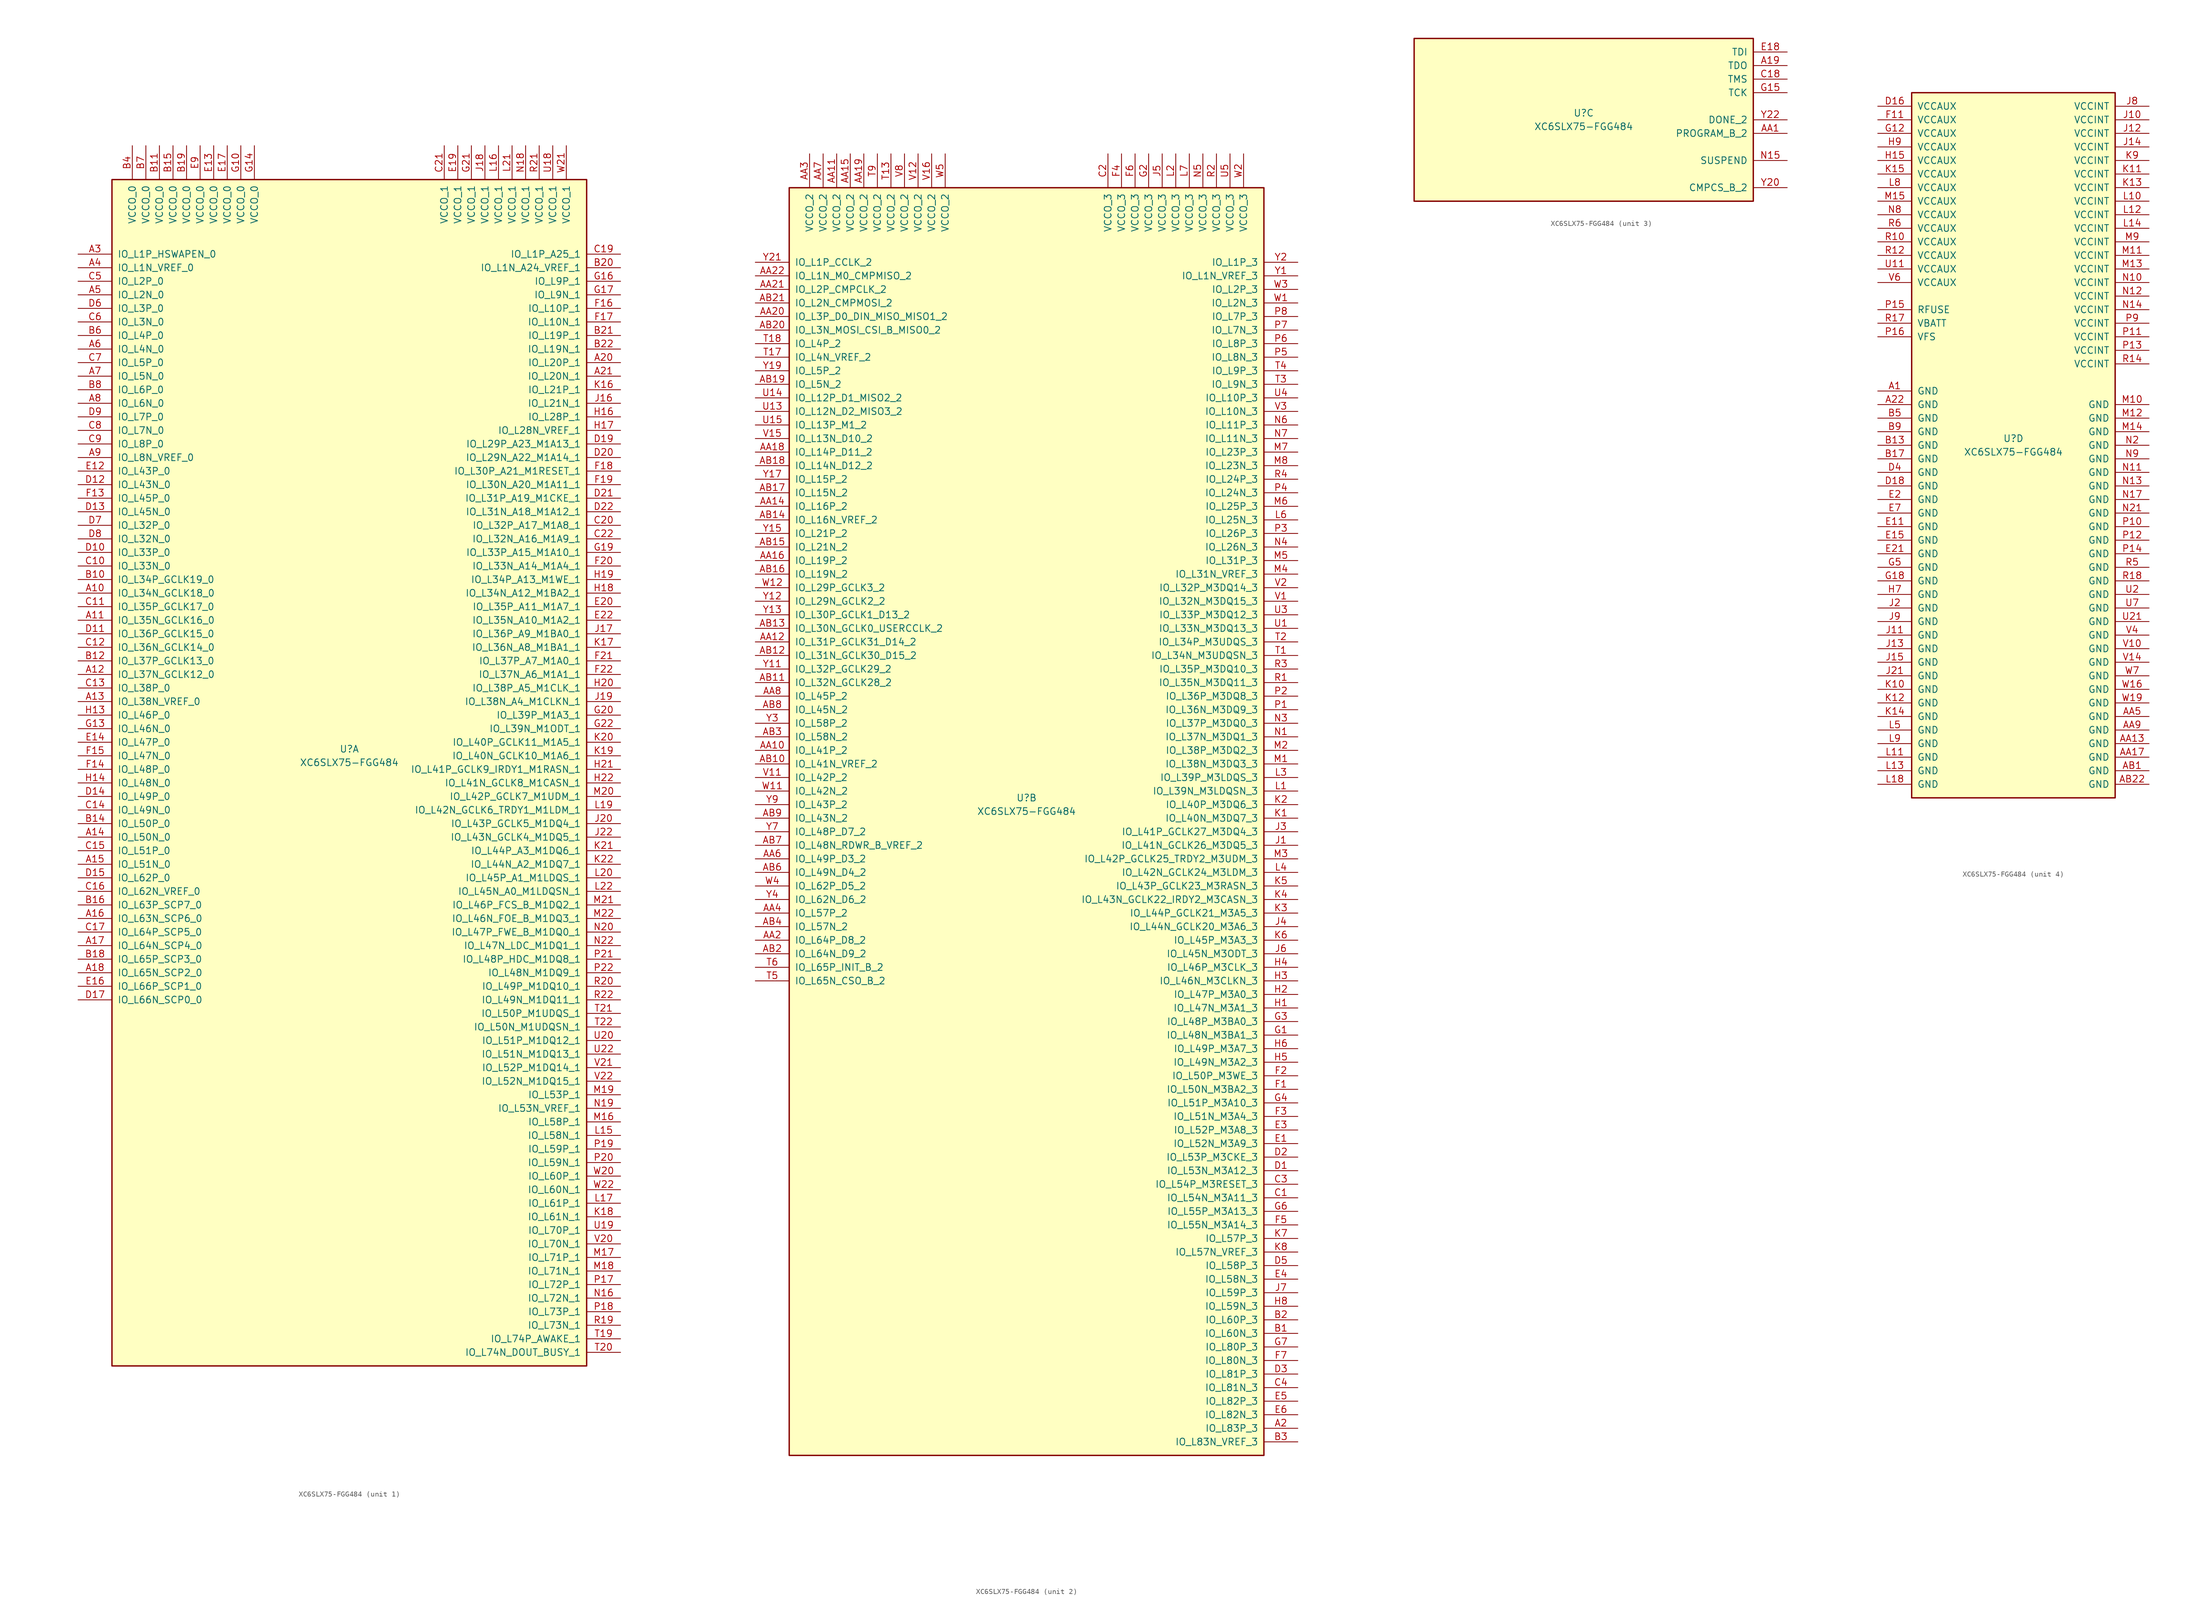
<source format=kicad_sym>
(kicad_symbol_lib
  (version 20220914)
  (generator kicad_symbol_editor)
  (symbol "XC6SLX75-FGG484"
    (pin_names
      (offset 1.016))
    (property "Reference" "U"
      (at 0 1.27 0)
      (effects (font (size 1.27 1.27))))
    (property "Value" "XC6SLX75-FGG484"
      (at 0 -1.27 0)
      (effects (font (size 1.27 1.27))))
    (property "Datasheet" ""
      (at 0 0 0)
      (effects (font (size 1.27 1.27))))
    (property "ki_locked" ""
      (at 0 0 0)
      (effects (font (size 1.27 1.27))))
    (symbol "XC6SLX75-FGG484_1_1"
      (rectangle (start -44.45 107.95) (end 44.45 -114.3) (stroke (width 0.254) (type default)) (fill (type background)))
      (pin bidirectional line (at -50.8 30.48 0) (length 6.35) (name "IO_L34N_GCLK18_0" (effects (font (size 1.27 1.27)))) (number "A10" (effects (font (size 1.27 1.27)))))
      (pin bidirectional line (at -50.8 25.4 0) (length 6.35) (name "IO_L35N_GCLK16_0" (effects (font (size 1.27 1.27)))) (number "A11" (effects (font (size 1.27 1.27)))))
      (pin bidirectional line (at -50.8 15.24 0) (length 6.35) (name "IO_L37N_GCLK12_0" (effects (font (size 1.27 1.27)))) (number "A12" (effects (font (size 1.27 1.27)))))
      (pin bidirectional line (at -50.8 10.16 0) (length 6.35) (name "IO_L38N_VREF_0" (effects (font (size 1.27 1.27)))) (number "A13" (effects (font (size 1.27 1.27)))))
      (pin bidirectional line (at -50.8 -15.24 0) (length 6.35) (name "IO_L50N_0" (effects (font (size 1.27 1.27)))) (number "A14" (effects (font (size 1.27 1.27)))))
      (pin bidirectional line (at -50.8 -20.32 0) (length 6.35) (name "IO_L51N_0" (effects (font (size 1.27 1.27)))) (number "A15" (effects (font (size 1.27 1.27)))))
      (pin bidirectional line (at -50.8 -30.48 0) (length 6.35) (name "IO_L63N_SCP6_0" (effects (font (size 1.27 1.27)))) (number "A16" (effects (font (size 1.27 1.27)))))
      (pin bidirectional line (at -50.8 -35.56 0) (length 6.35) (name "IO_L64N_SCP4_0" (effects (font (size 1.27 1.27)))) (number "A17" (effects (font (size 1.27 1.27)))))
      (pin bidirectional line (at -50.8 -40.64 0) (length 6.35) (name "IO_L65N_SCP2_0" (effects (font (size 1.27 1.27)))) (number "A18" (effects (font (size 1.27 1.27)))))
      (pin bidirectional line (at 50.8 73.66 180) (length 6.35) (name "IO_L20P_1" (effects (font (size 1.27 1.27)))) (number "A20" (effects (font (size 1.27 1.27)))))
      (pin bidirectional line (at 50.8 71.12 180) (length 6.35) (name "IO_L20N_1" (effects (font (size 1.27 1.27)))) (number "A21" (effects (font (size 1.27 1.27)))))
      (pin bidirectional line (at -50.8 93.98 0) (length 6.35) (name "IO_L1P_HSWAPEN_0" (effects (font (size 1.27 1.27)))) (number "A3" (effects (font (size 1.27 1.27)))))
      (pin bidirectional line (at -50.8 91.44 0) (length 6.35) (name "IO_L1N_VREF_0" (effects (font (size 1.27 1.27)))) (number "A4" (effects (font (size 1.27 1.27)))))
      (pin bidirectional line (at -50.8 86.36 0) (length 6.35) (name "IO_L2N_0" (effects (font (size 1.27 1.27)))) (number "A5" (effects (font (size 1.27 1.27)))))
      (pin bidirectional line (at -50.8 76.2 0) (length 6.35) (name "IO_L4N_0" (effects (font (size 1.27 1.27)))) (number "A6" (effects (font (size 1.27 1.27)))))
      (pin bidirectional line (at -50.8 71.12 0) (length 6.35) (name "IO_L5N_0" (effects (font (size 1.27 1.27)))) (number "A7" (effects (font (size 1.27 1.27)))))
      (pin bidirectional line (at -50.8 66.04 0) (length 6.35) (name "IO_L6N_0" (effects (font (size 1.27 1.27)))) (number "A8" (effects (font (size 1.27 1.27)))))
      (pin bidirectional line (at -50.8 55.88 0) (length 6.35) (name "IO_L8N_VREF_0" (effects (font (size 1.27 1.27)))) (number "A9" (effects (font (size 1.27 1.27)))))
      (pin bidirectional line (at -50.8 33.02 0) (length 6.35) (name "IO_L34P_GCLK19_0" (effects (font (size 1.27 1.27)))) (number "B10" (effects (font (size 1.27 1.27)))))
      (pin power_in line (at -35.56 114.3 270) (length 6.35) (name "VCCO_0" (effects (font (size 1.27 1.27)))) (number "B11" (effects (font (size 1.27 1.27)))))
      (pin bidirectional line (at -50.8 17.78 0) (length 6.35) (name "IO_L37P_GCLK13_0" (effects (font (size 1.27 1.27)))) (number "B12" (effects (font (size 1.27 1.27)))))
      (pin bidirectional line (at -50.8 -12.7 0) (length 6.35) (name "IO_L50P_0" (effects (font (size 1.27 1.27)))) (number "B14" (effects (font (size 1.27 1.27)))))
      (pin power_in line (at -33.02 114.3 270) (length 6.35) (name "VCCO_0" (effects (font (size 1.27 1.27)))) (number "B15" (effects (font (size 1.27 1.27)))))
      (pin bidirectional line (at -50.8 -27.94 0) (length 6.35) (name "IO_L63P_SCP7_0" (effects (font (size 1.27 1.27)))) (number "B16" (effects (font (size 1.27 1.27)))))
      (pin bidirectional line (at -50.8 -38.1 0) (length 6.35) (name "IO_L65P_SCP3_0" (effects (font (size 1.27 1.27)))) (number "B18" (effects (font (size 1.27 1.27)))))
      (pin power_in line (at -30.48 114.3 270) (length 6.35) (name "VCCO_0" (effects (font (size 1.27 1.27)))) (number "B19" (effects (font (size 1.27 1.27)))))
      (pin bidirectional line (at 50.8 91.44 180) (length 6.35) (name "IO_L1N_A24_VREF_1" (effects (font (size 1.27 1.27)))) (number "B20" (effects (font (size 1.27 1.27)))))
      (pin bidirectional line (at 50.8 78.74 180) (length 6.35) (name "IO_L19P_1" (effects (font (size 1.27 1.27)))) (number "B21" (effects (font (size 1.27 1.27)))))
      (pin bidirectional line (at 50.8 76.2 180) (length 6.35) (name "IO_L19N_1" (effects (font (size 1.27 1.27)))) (number "B22" (effects (font (size 1.27 1.27)))))
      (pin power_in line (at -40.64 114.3 270) (length 6.35) (name "VCCO_0" (effects (font (size 1.27 1.27)))) (number "B4" (effects (font (size 1.27 1.27)))))
      (pin bidirectional line (at -50.8 78.74 0) (length 6.35) (name "IO_L4P_0" (effects (font (size 1.27 1.27)))) (number "B6" (effects (font (size 1.27 1.27)))))
      (pin power_in line (at -38.1 114.3 270) (length 6.35) (name "VCCO_0" (effects (font (size 1.27 1.27)))) (number "B7" (effects (font (size 1.27 1.27)))))
      (pin bidirectional line (at -50.8 68.58 0) (length 6.35) (name "IO_L6P_0" (effects (font (size 1.27 1.27)))) (number "B8" (effects (font (size 1.27 1.27)))))
      (pin bidirectional line (at -50.8 35.56 0) (length 6.35) (name "IO_L33N_0" (effects (font (size 1.27 1.27)))) (number "C10" (effects (font (size 1.27 1.27)))))
      (pin bidirectional line (at -50.8 27.94 0) (length 6.35) (name "IO_L35P_GCLK17_0" (effects (font (size 1.27 1.27)))) (number "C11" (effects (font (size 1.27 1.27)))))
      (pin bidirectional line (at -50.8 20.32 0) (length 6.35) (name "IO_L36N_GCLK14_0" (effects (font (size 1.27 1.27)))) (number "C12" (effects (font (size 1.27 1.27)))))
      (pin bidirectional line (at -50.8 12.7 0) (length 6.35) (name "IO_L38P_0" (effects (font (size 1.27 1.27)))) (number "C13" (effects (font (size 1.27 1.27)))))
      (pin bidirectional line (at -50.8 -10.16 0) (length 6.35) (name "IO_L49N_0" (effects (font (size 1.27 1.27)))) (number "C14" (effects (font (size 1.27 1.27)))))
      (pin bidirectional line (at -50.8 -17.78 0) (length 6.35) (name "IO_L51P_0" (effects (font (size 1.27 1.27)))) (number "C15" (effects (font (size 1.27 1.27)))))
      (pin bidirectional line (at -50.8 -25.4 0) (length 6.35) (name "IO_L62N_VREF_0" (effects (font (size 1.27 1.27)))) (number "C16" (effects (font (size 1.27 1.27)))))
      (pin bidirectional line (at -50.8 -33.02 0) (length 6.35) (name "IO_L64P_SCP5_0" (effects (font (size 1.27 1.27)))) (number "C17" (effects (font (size 1.27 1.27)))))
      (pin bidirectional line (at 50.8 93.98 180) (length 6.35) (name "IO_L1P_A25_1" (effects (font (size 1.27 1.27)))) (number "C19" (effects (font (size 1.27 1.27)))))
      (pin bidirectional line (at 50.8 43.18 180) (length 6.35) (name "IO_L32P_A17_M1A8_1" (effects (font (size 1.27 1.27)))) (number "C20" (effects (font (size 1.27 1.27)))))
      (pin power_in line (at 17.78 114.3 270) (length 6.35) (name "VCCO_1" (effects (font (size 1.27 1.27)))) (number "C21" (effects (font (size 1.27 1.27)))))
      (pin bidirectional line (at 50.8 40.64 180) (length 6.35) (name "IO_L32N_A16_M1A9_1" (effects (font (size 1.27 1.27)))) (number "C22" (effects (font (size 1.27 1.27)))))
      (pin bidirectional line (at -50.8 88.9 0) (length 6.35) (name "IO_L2P_0" (effects (font (size 1.27 1.27)))) (number "C5" (effects (font (size 1.27 1.27)))))
      (pin bidirectional line (at -50.8 81.28 0) (length 6.35) (name "IO_L3N_0" (effects (font (size 1.27 1.27)))) (number "C6" (effects (font (size 1.27 1.27)))))
      (pin bidirectional line (at -50.8 73.66 0) (length 6.35) (name "IO_L5P_0" (effects (font (size 1.27 1.27)))) (number "C7" (effects (font (size 1.27 1.27)))))
      (pin bidirectional line (at -50.8 60.96 0) (length 6.35) (name "IO_L7N_0" (effects (font (size 1.27 1.27)))) (number "C8" (effects (font (size 1.27 1.27)))))
      (pin bidirectional line (at -50.8 58.42 0) (length 6.35) (name "IO_L8P_0" (effects (font (size 1.27 1.27)))) (number "C9" (effects (font (size 1.27 1.27)))))
      (pin bidirectional line (at -50.8 38.1 0) (length 6.35) (name "IO_L33P_0" (effects (font (size 1.27 1.27)))) (number "D10" (effects (font (size 1.27 1.27)))))
      (pin bidirectional line (at -50.8 22.86 0) (length 6.35) (name "IO_L36P_GCLK15_0" (effects (font (size 1.27 1.27)))) (number "D11" (effects (font (size 1.27 1.27)))))
      (pin bidirectional line (at -50.8 50.8 0) (length 6.35) (name "IO_L43N_0" (effects (font (size 1.27 1.27)))) (number "D12" (effects (font (size 1.27 1.27)))))
      (pin bidirectional line (at -50.8 45.72 0) (length 6.35) (name "IO_L45N_0" (effects (font (size 1.27 1.27)))) (number "D13" (effects (font (size 1.27 1.27)))))
      (pin bidirectional line (at -50.8 -7.62 0) (length 6.35) (name "IO_L49P_0" (effects (font (size 1.27 1.27)))) (number "D14" (effects (font (size 1.27 1.27)))))
      (pin bidirectional line (at -50.8 -22.86 0) (length 6.35) (name "IO_L62P_0" (effects (font (size 1.27 1.27)))) (number "D15" (effects (font (size 1.27 1.27)))))
      (pin bidirectional line (at -50.8 -45.72 0) (length 6.35) (name "IO_L66N_SCP0_0" (effects (font (size 1.27 1.27)))) (number "D17" (effects (font (size 1.27 1.27)))))
      (pin bidirectional line (at 50.8 58.42 180) (length 6.35) (name "IO_L29P_A23_M1A13_1" (effects (font (size 1.27 1.27)))) (number "D19" (effects (font (size 1.27 1.27)))))
      (pin bidirectional line (at 50.8 55.88 180) (length 6.35) (name "IO_L29N_A22_M1A14_1" (effects (font (size 1.27 1.27)))) (number "D20" (effects (font (size 1.27 1.27)))))
      (pin bidirectional line (at 50.8 48.26 180) (length 6.35) (name "IO_L31P_A19_M1CKE_1" (effects (font (size 1.27 1.27)))) (number "D21" (effects (font (size 1.27 1.27)))))
      (pin bidirectional line (at 50.8 45.72 180) (length 6.35) (name "IO_L31N_A18_M1A12_1" (effects (font (size 1.27 1.27)))) (number "D22" (effects (font (size 1.27 1.27)))))
      (pin bidirectional line (at -50.8 83.82 0) (length 6.35) (name "IO_L3P_0" (effects (font (size 1.27 1.27)))) (number "D6" (effects (font (size 1.27 1.27)))))
      (pin bidirectional line (at -50.8 43.18 0) (length 6.35) (name "IO_L32P_0" (effects (font (size 1.27 1.27)))) (number "D7" (effects (font (size 1.27 1.27)))))
      (pin bidirectional line (at -50.8 40.64 0) (length 6.35) (name "IO_L32N_0" (effects (font (size 1.27 1.27)))) (number "D8" (effects (font (size 1.27 1.27)))))
      (pin bidirectional line (at -50.8 63.5 0) (length 6.35) (name "IO_L7P_0" (effects (font (size 1.27 1.27)))) (number "D9" (effects (font (size 1.27 1.27)))))
      (pin bidirectional line (at -50.8 53.34 0) (length 6.35) (name "IO_L43P_0" (effects (font (size 1.27 1.27)))) (number "E12" (effects (font (size 1.27 1.27)))))
      (pin power_in line (at -25.4 114.3 270) (length 6.35) (name "VCCO_0" (effects (font (size 1.27 1.27)))) (number "E13" (effects (font (size 1.27 1.27)))))
      (pin bidirectional line (at -50.8 2.54 0) (length 6.35) (name "IO_L47P_0" (effects (font (size 1.27 1.27)))) (number "E14" (effects (font (size 1.27 1.27)))))
      (pin bidirectional line (at -50.8 -43.18 0) (length 6.35) (name "IO_L66P_SCP1_0" (effects (font (size 1.27 1.27)))) (number "E16" (effects (font (size 1.27 1.27)))))
      (pin power_in line (at -22.86 114.3 270) (length 6.35) (name "VCCO_0" (effects (font (size 1.27 1.27)))) (number "E17" (effects (font (size 1.27 1.27)))))
      (pin power_in line (at 20.32 114.3 270) (length 6.35) (name "VCCO_1" (effects (font (size 1.27 1.27)))) (number "E19" (effects (font (size 1.27 1.27)))))
      (pin bidirectional line (at 50.8 27.94 180) (length 6.35) (name "IO_L35P_A11_M1A7_1" (effects (font (size 1.27 1.27)))) (number "E20" (effects (font (size 1.27 1.27)))))
      (pin bidirectional line (at 50.8 25.4 180) (length 6.35) (name "IO_L35N_A10_M1A2_1" (effects (font (size 1.27 1.27)))) (number "E22" (effects (font (size 1.27 1.27)))))
      (pin power_in line (at -27.94 114.3 270) (length 6.35) (name "VCCO_0" (effects (font (size 1.27 1.27)))) (number "E9" (effects (font (size 1.27 1.27)))))
      (pin bidirectional line (at -50.8 48.26 0) (length 6.35) (name "IO_L45P_0" (effects (font (size 1.27 1.27)))) (number "F13" (effects (font (size 1.27 1.27)))))
      (pin bidirectional line (at -50.8 -2.54 0) (length 6.35) (name "IO_L48P_0" (effects (font (size 1.27 1.27)))) (number "F14" (effects (font (size 1.27 1.27)))))
      (pin bidirectional line (at -50.8 0 0) (length 6.35) (name "IO_L47N_0" (effects (font (size 1.27 1.27)))) (number "F15" (effects (font (size 1.27 1.27)))))
      (pin bidirectional line (at 50.8 83.82 180) (length 6.35) (name "IO_L10P_1" (effects (font (size 1.27 1.27)))) (number "F16" (effects (font (size 1.27 1.27)))))
      (pin bidirectional line (at 50.8 81.28 180) (length 6.35) (name "IO_L10N_1" (effects (font (size 1.27 1.27)))) (number "F17" (effects (font (size 1.27 1.27)))))
      (pin bidirectional line (at 50.8 53.34 180) (length 6.35) (name "IO_L30P_A21_M1RESET_1" (effects (font (size 1.27 1.27)))) (number "F18" (effects (font (size 1.27 1.27)))))
      (pin bidirectional line (at 50.8 50.8 180) (length 6.35) (name "IO_L30N_A20_M1A11_1" (effects (font (size 1.27 1.27)))) (number "F19" (effects (font (size 1.27 1.27)))))
      (pin bidirectional line (at 50.8 35.56 180) (length 6.35) (name "IO_L33N_A14_M1A4_1" (effects (font (size 1.27 1.27)))) (number "F20" (effects (font (size 1.27 1.27)))))
      (pin bidirectional line (at 50.8 17.78 180) (length 6.35) (name "IO_L37P_A7_M1A0_1" (effects (font (size 1.27 1.27)))) (number "F21" (effects (font (size 1.27 1.27)))))
      (pin bidirectional line (at 50.8 15.24 180) (length 6.35) (name "IO_L37N_A6_M1A1_1" (effects (font (size 1.27 1.27)))) (number "F22" (effects (font (size 1.27 1.27)))))
      (pin power_in line (at -20.32 114.3 270) (length 6.35) (name "VCCO_0" (effects (font (size 1.27 1.27)))) (number "G10" (effects (font (size 1.27 1.27)))))
      (pin bidirectional line (at -50.8 5.08 0) (length 6.35) (name "IO_L46N_0" (effects (font (size 1.27 1.27)))) (number "G13" (effects (font (size 1.27 1.27)))))
      (pin power_in line (at -17.78 114.3 270) (length 6.35) (name "VCCO_0" (effects (font (size 1.27 1.27)))) (number "G14" (effects (font (size 1.27 1.27)))))
      (pin bidirectional line (at 50.8 88.9 180) (length 6.35) (name "IO_L9P_1" (effects (font (size 1.27 1.27)))) (number "G16" (effects (font (size 1.27 1.27)))))
      (pin bidirectional line (at 50.8 86.36 180) (length 6.35) (name "IO_L9N_1" (effects (font (size 1.27 1.27)))) (number "G17" (effects (font (size 1.27 1.27)))))
      (pin bidirectional line (at 50.8 38.1 180) (length 6.35) (name "IO_L33P_A15_M1A10_1" (effects (font (size 1.27 1.27)))) (number "G19" (effects (font (size 1.27 1.27)))))
      (pin bidirectional line (at 50.8 7.62 180) (length 6.35) (name "IO_L39P_M1A3_1" (effects (font (size 1.27 1.27)))) (number "G20" (effects (font (size 1.27 1.27)))))
      (pin power_in line (at 22.86 114.3 270) (length 6.35) (name "VCCO_1" (effects (font (size 1.27 1.27)))) (number "G21" (effects (font (size 1.27 1.27)))))
      (pin bidirectional line (at 50.8 5.08 180) (length 6.35) (name "IO_L39N_M1ODT_1" (effects (font (size 1.27 1.27)))) (number "G22" (effects (font (size 1.27 1.27)))))
      (pin bidirectional line (at -50.8 7.62 0) (length 6.35) (name "IO_L46P_0" (effects (font (size 1.27 1.27)))) (number "H13" (effects (font (size 1.27 1.27)))))
      (pin bidirectional line (at -50.8 -5.08 0) (length 6.35) (name "IO_L48N_0" (effects (font (size 1.27 1.27)))) (number "H14" (effects (font (size 1.27 1.27)))))
      (pin bidirectional line (at 50.8 63.5 180) (length 6.35) (name "IO_L28P_1" (effects (font (size 1.27 1.27)))) (number "H16" (effects (font (size 1.27 1.27)))))
      (pin bidirectional line (at 50.8 60.96 180) (length 6.35) (name "IO_L28N_VREF_1" (effects (font (size 1.27 1.27)))) (number "H17" (effects (font (size 1.27 1.27)))))
      (pin bidirectional line (at 50.8 30.48 180) (length 6.35) (name "IO_L34N_A12_M1BA2_1" (effects (font (size 1.27 1.27)))) (number "H18" (effects (font (size 1.27 1.27)))))
      (pin bidirectional line (at 50.8 33.02 180) (length 6.35) (name "IO_L34P_A13_M1WE_1" (effects (font (size 1.27 1.27)))) (number "H19" (effects (font (size 1.27 1.27)))))
      (pin bidirectional line (at 50.8 12.7 180) (length 6.35) (name "IO_L38P_A5_M1CLK_1" (effects (font (size 1.27 1.27)))) (number "H20" (effects (font (size 1.27 1.27)))))
      (pin bidirectional line (at 50.8 -2.54 180) (length 6.35) (name "IO_L41P_GCLK9_IRDY1_M1RASN_1" (effects (font (size 1.27 1.27)))) (number "H21" (effects (font (size 1.27 1.27)))))
      (pin bidirectional line (at 50.8 -5.08 180) (length 6.35) (name "IO_L41N_GCLK8_M1CASN_1" (effects (font (size 1.27 1.27)))) (number "H22" (effects (font (size 1.27 1.27)))))
      (pin bidirectional line (at 50.8 66.04 180) (length 6.35) (name "IO_L21N_1" (effects (font (size 1.27 1.27)))) (number "J16" (effects (font (size 1.27 1.27)))))
      (pin bidirectional line (at 50.8 22.86 180) (length 6.35) (name "IO_L36P_A9_M1BA0_1" (effects (font (size 1.27 1.27)))) (number "J17" (effects (font (size 1.27 1.27)))))
      (pin power_in line (at 25.4 114.3 270) (length 6.35) (name "VCCO_1" (effects (font (size 1.27 1.27)))) (number "J18" (effects (font (size 1.27 1.27)))))
      (pin bidirectional line (at 50.8 10.16 180) (length 6.35) (name "IO_L38N_A4_M1CLKN_1" (effects (font (size 1.27 1.27)))) (number "J19" (effects (font (size 1.27 1.27)))))
      (pin bidirectional line (at 50.8 -12.7 180) (length 6.35) (name "IO_L43P_GCLK5_M1DQ4_1" (effects (font (size 1.27 1.27)))) (number "J20" (effects (font (size 1.27 1.27)))))
      (pin bidirectional line (at 50.8 -15.24 180) (length 6.35) (name "IO_L43N_GCLK4_M1DQ5_1" (effects (font (size 1.27 1.27)))) (number "J22" (effects (font (size 1.27 1.27)))))
      (pin bidirectional line (at 50.8 68.58 180) (length 6.35) (name "IO_L21P_1" (effects (font (size 1.27 1.27)))) (number "K16" (effects (font (size 1.27 1.27)))))
      (pin bidirectional line (at 50.8 20.32 180) (length 6.35) (name "IO_L36N_A8_M1BA1_1" (effects (font (size 1.27 1.27)))) (number "K17" (effects (font (size 1.27 1.27)))))
      (pin bidirectional line (at 50.8 -86.36 180) (length 6.35) (name "IO_L61N_1" (effects (font (size 1.27 1.27)))) (number "K18" (effects (font (size 1.27 1.27)))))
      (pin bidirectional line (at 50.8 0 180) (length 6.35) (name "IO_L40N_GCLK10_M1A6_1" (effects (font (size 1.27 1.27)))) (number "K19" (effects (font (size 1.27 1.27)))))
      (pin bidirectional line (at 50.8 2.54 180) (length 6.35) (name "IO_L40P_GCLK11_M1A5_1" (effects (font (size 1.27 1.27)))) (number "K20" (effects (font (size 1.27 1.27)))))
      (pin bidirectional line (at 50.8 -17.78 180) (length 6.35) (name "IO_L44P_A3_M1DQ6_1" (effects (font (size 1.27 1.27)))) (number "K21" (effects (font (size 1.27 1.27)))))
      (pin bidirectional line (at 50.8 -20.32 180) (length 6.35) (name "IO_L44N_A2_M1DQ7_1" (effects (font (size 1.27 1.27)))) (number "K22" (effects (font (size 1.27 1.27)))))
      (pin bidirectional line (at 50.8 -71.12 180) (length 6.35) (name "IO_L58N_1" (effects (font (size 1.27 1.27)))) (number "L15" (effects (font (size 1.27 1.27)))))
      (pin power_in line (at 27.94 114.3 270) (length 6.35) (name "VCCO_1" (effects (font (size 1.27 1.27)))) (number "L16" (effects (font (size 1.27 1.27)))))
      (pin bidirectional line (at 50.8 -83.82 180) (length 6.35) (name "IO_L61P_1" (effects (font (size 1.27 1.27)))) (number "L17" (effects (font (size 1.27 1.27)))))
      (pin bidirectional line (at 50.8 -10.16 180) (length 6.35) (name "IO_L42N_GCLK6_TRDY1_M1LDM_1" (effects (font (size 1.27 1.27)))) (number "L19" (effects (font (size 1.27 1.27)))))
      (pin bidirectional line (at 50.8 -22.86 180) (length 6.35) (name "IO_L45P_A1_M1LDQS_1" (effects (font (size 1.27 1.27)))) (number "L20" (effects (font (size 1.27 1.27)))))
      (pin power_in line (at 30.48 114.3 270) (length 6.35) (name "VCCO_1" (effects (font (size 1.27 1.27)))) (number "L21" (effects (font (size 1.27 1.27)))))
      (pin bidirectional line (at 50.8 -25.4 180) (length 6.35) (name "IO_L45N_A0_M1LDQSN_1" (effects (font (size 1.27 1.27)))) (number "L22" (effects (font (size 1.27 1.27)))))
      (pin bidirectional line (at 50.8 -68.58 180) (length 6.35) (name "IO_L58P_1" (effects (font (size 1.27 1.27)))) (number "M16" (effects (font (size 1.27 1.27)))))
      (pin bidirectional line (at 50.8 -93.98 180) (length 6.35) (name "IO_L71P_1" (effects (font (size 1.27 1.27)))) (number "M17" (effects (font (size 1.27 1.27)))))
      (pin bidirectional line (at 50.8 -96.52 180) (length 6.35) (name "IO_L71N_1" (effects (font (size 1.27 1.27)))) (number "M18" (effects (font (size 1.27 1.27)))))
      (pin bidirectional line (at 50.8 -63.5 180) (length 6.35) (name "IO_L53P_1" (effects (font (size 1.27 1.27)))) (number "M19" (effects (font (size 1.27 1.27)))))
      (pin bidirectional line (at 50.8 -7.62 180) (length 6.35) (name "IO_L42P_GCLK7_M1UDM_1" (effects (font (size 1.27 1.27)))) (number "M20" (effects (font (size 1.27 1.27)))))
      (pin bidirectional line (at 50.8 -27.94 180) (length 6.35) (name "IO_L46P_FCS_B_M1DQ2_1" (effects (font (size 1.27 1.27)))) (number "M21" (effects (font (size 1.27 1.27)))))
      (pin bidirectional line (at 50.8 -30.48 180) (length 6.35) (name "IO_L46N_FOE_B_M1DQ3_1" (effects (font (size 1.27 1.27)))) (number "M22" (effects (font (size 1.27 1.27)))))
      (pin bidirectional line (at 50.8 -101.6 180) (length 6.35) (name "IO_L72N_1" (effects (font (size 1.27 1.27)))) (number "N16" (effects (font (size 1.27 1.27)))))
      (pin power_in line (at 33.02 114.3 270) (length 6.35) (name "VCCO_1" (effects (font (size 1.27 1.27)))) (number "N18" (effects (font (size 1.27 1.27)))))
      (pin bidirectional line (at 50.8 -66.04 180) (length 6.35) (name "IO_L53N_VREF_1" (effects (font (size 1.27 1.27)))) (number "N19" (effects (font (size 1.27 1.27)))))
      (pin bidirectional line (at 50.8 -33.02 180) (length 6.35) (name "IO_L47P_FWE_B_M1DQ0_1" (effects (font (size 1.27 1.27)))) (number "N20" (effects (font (size 1.27 1.27)))))
      (pin bidirectional line (at 50.8 -35.56 180) (length 6.35) (name "IO_L47N_LDC_M1DQ1_1" (effects (font (size 1.27 1.27)))) (number "N22" (effects (font (size 1.27 1.27)))))
      (pin bidirectional line (at 50.8 -99.06 180) (length 6.35) (name "IO_L72P_1" (effects (font (size 1.27 1.27)))) (number "P17" (effects (font (size 1.27 1.27)))))
      (pin bidirectional line (at 50.8 -104.14 180) (length 6.35) (name "IO_L73P_1" (effects (font (size 1.27 1.27)))) (number "P18" (effects (font (size 1.27 1.27)))))
      (pin bidirectional line (at 50.8 -73.66 180) (length 6.35) (name "IO_L59P_1" (effects (font (size 1.27 1.27)))) (number "P19" (effects (font (size 1.27 1.27)))))
      (pin bidirectional line (at 50.8 -76.2 180) (length 6.35) (name "IO_L59N_1" (effects (font (size 1.27 1.27)))) (number "P20" (effects (font (size 1.27 1.27)))))
      (pin bidirectional line (at 50.8 -38.1 180) (length 6.35) (name "IO_L48P_HDC_M1DQ8_1" (effects (font (size 1.27 1.27)))) (number "P21" (effects (font (size 1.27 1.27)))))
      (pin bidirectional line (at 50.8 -40.64 180) (length 6.35) (name "IO_L48N_M1DQ9_1" (effects (font (size 1.27 1.27)))) (number "P22" (effects (font (size 1.27 1.27)))))
      (pin bidirectional line (at 50.8 -106.68 180) (length 6.35) (name "IO_L73N_1" (effects (font (size 1.27 1.27)))) (number "R19" (effects (font (size 1.27 1.27)))))
      (pin bidirectional line (at 50.8 -43.18 180) (length 6.35) (name "IO_L49P_M1DQ10_1" (effects (font (size 1.27 1.27)))) (number "R20" (effects (font (size 1.27 1.27)))))
      (pin power_in line (at 35.56 114.3 270) (length 6.35) (name "VCCO_1" (effects (font (size 1.27 1.27)))) (number "R21" (effects (font (size 1.27 1.27)))))
      (pin bidirectional line (at 50.8 -45.72 180) (length 6.35) (name "IO_L49N_M1DQ11_1" (effects (font (size 1.27 1.27)))) (number "R22" (effects (font (size 1.27 1.27)))))
      (pin bidirectional line (at 50.8 -109.22 180) (length 6.35) (name "IO_L74P_AWAKE_1" (effects (font (size 1.27 1.27)))) (number "T19" (effects (font (size 1.27 1.27)))))
      (pin bidirectional line (at 50.8 -111.76 180) (length 6.35) (name "IO_L74N_DOUT_BUSY_1" (effects (font (size 1.27 1.27)))) (number "T20" (effects (font (size 1.27 1.27)))))
      (pin bidirectional line (at 50.8 -48.26 180) (length 6.35) (name "IO_L50P_M1UDQS_1" (effects (font (size 1.27 1.27)))) (number "T21" (effects (font (size 1.27 1.27)))))
      (pin bidirectional line (at 50.8 -50.8 180) (length 6.35) (name "IO_L50N_M1UDQSN_1" (effects (font (size 1.27 1.27)))) (number "T22" (effects (font (size 1.27 1.27)))))
      (pin power_in line (at 38.1 114.3 270) (length 6.35) (name "VCCO_1" (effects (font (size 1.27 1.27)))) (number "U18" (effects (font (size 1.27 1.27)))))
      (pin bidirectional line (at 50.8 -88.9 180) (length 6.35) (name "IO_L70P_1" (effects (font (size 1.27 1.27)))) (number "U19" (effects (font (size 1.27 1.27)))))
      (pin bidirectional line (at 50.8 -53.34 180) (length 6.35) (name "IO_L51P_M1DQ12_1" (effects (font (size 1.27 1.27)))) (number "U20" (effects (font (size 1.27 1.27)))))
      (pin bidirectional line (at 50.8 -55.88 180) (length 6.35) (name "IO_L51N_M1DQ13_1" (effects (font (size 1.27 1.27)))) (number "U22" (effects (font (size 1.27 1.27)))))
      (pin bidirectional line (at 50.8 -91.44 180) (length 6.35) (name "IO_L70N_1" (effects (font (size 1.27 1.27)))) (number "V20" (effects (font (size 1.27 1.27)))))
      (pin bidirectional line (at 50.8 -58.42 180) (length 6.35) (name "IO_L52P_M1DQ14_1" (effects (font (size 1.27 1.27)))) (number "V21" (effects (font (size 1.27 1.27)))))
      (pin bidirectional line (at 50.8 -60.96 180) (length 6.35) (name "IO_L52N_M1DQ15_1" (effects (font (size 1.27 1.27)))) (number "V22" (effects (font (size 1.27 1.27)))))
      (pin bidirectional line (at 50.8 -78.74 180) (length 6.35) (name "IO_L60P_1" (effects (font (size 1.27 1.27)))) (number "W20" (effects (font (size 1.27 1.27)))))
      (pin power_in line (at 40.64 114.3 270) (length 6.35) (name "VCCO_1" (effects (font (size 1.27 1.27)))) (number "W21" (effects (font (size 1.27 1.27)))))
      (pin bidirectional line (at 50.8 -81.28 180) (length 6.35) (name "IO_L60N_1" (effects (font (size 1.27 1.27)))) (number "W22" (effects (font (size 1.27 1.27))))))
    (symbol "XC6SLX75-FGG484_2_1"
      (rectangle (start -44.45 115.57) (end 44.45 -121.92) (stroke (width 0.254) (type default)) (fill (type background)))
      (pin bidirectional line (at 50.8 -116.84 180) (length 6.35) (name "IO_L83P_3" (effects (font (size 1.27 1.27)))) (number "A2" (effects (font (size 1.27 1.27)))))
      (pin bidirectional line (at -50.8 10.16 0) (length 6.35) (name "IO_L41P_2" (effects (font (size 1.27 1.27)))) (number "AA10" (effects (font (size 1.27 1.27)))))
      (pin power_in line (at -35.56 121.92 270) (length 6.35) (name "VCCO_2" (effects (font (size 1.27 1.27)))) (number "AA11" (effects (font (size 1.27 1.27)))))
      (pin bidirectional line (at -50.8 30.48 0) (length 6.35) (name "IO_L31P_GCLK31_D14_2" (effects (font (size 1.27 1.27)))) (number "AA12" (effects (font (size 1.27 1.27)))))
      (pin bidirectional line (at -50.8 55.88 0) (length 6.35) (name "IO_L16P_2" (effects (font (size 1.27 1.27)))) (number "AA14" (effects (font (size 1.27 1.27)))))
      (pin power_in line (at -33.02 121.92 270) (length 6.35) (name "VCCO_2" (effects (font (size 1.27 1.27)))) (number "AA15" (effects (font (size 1.27 1.27)))))
      (pin bidirectional line (at -50.8 45.72 0) (length 6.35) (name "IO_L19P_2" (effects (font (size 1.27 1.27)))) (number "AA16" (effects (font (size 1.27 1.27)))))
      (pin bidirectional line (at -50.8 66.04 0) (length 6.35) (name "IO_L14P_D11_2" (effects (font (size 1.27 1.27)))) (number "AA18" (effects (font (size 1.27 1.27)))))
      (pin power_in line (at -30.48 121.92 270) (length 6.35) (name "VCCO_2" (effects (font (size 1.27 1.27)))) (number "AA19" (effects (font (size 1.27 1.27)))))
      (pin bidirectional line (at -50.8 -25.4 0) (length 6.35) (name "IO_L64P_D8_2" (effects (font (size 1.27 1.27)))) (number "AA2" (effects (font (size 1.27 1.27)))))
      (pin bidirectional line (at -50.8 91.44 0) (length 6.35) (name "IO_L3P_D0_DIN_MISO_MISO1_2" (effects (font (size 1.27 1.27)))) (number "AA20" (effects (font (size 1.27 1.27)))))
      (pin bidirectional line (at -50.8 96.52 0) (length 6.35) (name "IO_L2P_CMPCLK_2" (effects (font (size 1.27 1.27)))) (number "AA21" (effects (font (size 1.27 1.27)))))
      (pin bidirectional line (at -50.8 99.06 0) (length 6.35) (name "IO_L1N_M0_CMPMISO_2" (effects (font (size 1.27 1.27)))) (number "AA22" (effects (font (size 1.27 1.27)))))
      (pin power_in line (at -40.64 121.92 270) (length 6.35) (name "VCCO_2" (effects (font (size 1.27 1.27)))) (number "AA3" (effects (font (size 1.27 1.27)))))
      (pin bidirectional line (at -50.8 -20.32 0) (length 6.35) (name "IO_L57P_2" (effects (font (size 1.27 1.27)))) (number "AA4" (effects (font (size 1.27 1.27)))))
      (pin bidirectional line (at -50.8 -10.16 0) (length 6.35) (name "IO_L49P_D3_2" (effects (font (size 1.27 1.27)))) (number "AA6" (effects (font (size 1.27 1.27)))))
      (pin power_in line (at -38.1 121.92 270) (length 6.35) (name "VCCO_2" (effects (font (size 1.27 1.27)))) (number "AA7" (effects (font (size 1.27 1.27)))))
      (pin bidirectional line (at -50.8 20.32 0) (length 6.35) (name "IO_L45P_2" (effects (font (size 1.27 1.27)))) (number "AA8" (effects (font (size 1.27 1.27)))))
      (pin bidirectional line (at -50.8 7.62 0) (length 6.35) (name "IO_L41N_VREF_2" (effects (font (size 1.27 1.27)))) (number "AB10" (effects (font (size 1.27 1.27)))))
      (pin bidirectional line (at -50.8 22.86 0) (length 6.35) (name "IO_L32N_GCLK28_2" (effects (font (size 1.27 1.27)))) (number "AB11" (effects (font (size 1.27 1.27)))))
      (pin bidirectional line (at -50.8 27.94 0) (length 6.35) (name "IO_L31N_GCLK30_D15_2" (effects (font (size 1.27 1.27)))) (number "AB12" (effects (font (size 1.27 1.27)))))
      (pin bidirectional line (at -50.8 33.02 0) (length 6.35) (name "IO_L30N_GCLK0_USERCCLK_2" (effects (font (size 1.27 1.27)))) (number "AB13" (effects (font (size 1.27 1.27)))))
      (pin bidirectional line (at -50.8 53.34 0) (length 6.35) (name "IO_L16N_VREF_2" (effects (font (size 1.27 1.27)))) (number "AB14" (effects (font (size 1.27 1.27)))))
      (pin bidirectional line (at -50.8 48.26 0) (length 6.35) (name "IO_L21N_2" (effects (font (size 1.27 1.27)))) (number "AB15" (effects (font (size 1.27 1.27)))))
      (pin bidirectional line (at -50.8 43.18 0) (length 6.35) (name "IO_L19N_2" (effects (font (size 1.27 1.27)))) (number "AB16" (effects (font (size 1.27 1.27)))))
      (pin bidirectional line (at -50.8 58.42 0) (length 6.35) (name "IO_L15N_2" (effects (font (size 1.27 1.27)))) (number "AB17" (effects (font (size 1.27 1.27)))))
      (pin bidirectional line (at -50.8 63.5 0) (length 6.35) (name "IO_L14N_D12_2" (effects (font (size 1.27 1.27)))) (number "AB18" (effects (font (size 1.27 1.27)))))
      (pin bidirectional line (at -50.8 78.74 0) (length 6.35) (name "IO_L5N_2" (effects (font (size 1.27 1.27)))) (number "AB19" (effects (font (size 1.27 1.27)))))
      (pin bidirectional line (at -50.8 -27.94 0) (length 6.35) (name "IO_L64N_D9_2" (effects (font (size 1.27 1.27)))) (number "AB2" (effects (font (size 1.27 1.27)))))
      (pin bidirectional line (at -50.8 88.9 0) (length 6.35) (name "IO_L3N_MOSI_CSI_B_MISO0_2" (effects (font (size 1.27 1.27)))) (number "AB20" (effects (font (size 1.27 1.27)))))
      (pin bidirectional line (at -50.8 93.98 0) (length 6.35) (name "IO_L2N_CMPMOSI_2" (effects (font (size 1.27 1.27)))) (number "AB21" (effects (font (size 1.27 1.27)))))
      (pin bidirectional line (at -50.8 12.7 0) (length 6.35) (name "IO_L58N_2" (effects (font (size 1.27 1.27)))) (number "AB3" (effects (font (size 1.27 1.27)))))
      (pin bidirectional line (at -50.8 -22.86 0) (length 6.35) (name "IO_L57N_2" (effects (font (size 1.27 1.27)))) (number "AB4" (effects (font (size 1.27 1.27)))))
      (pin bidirectional line (at -50.8 -12.7 0) (length 6.35) (name "IO_L49N_D4_2" (effects (font (size 1.27 1.27)))) (number "AB6" (effects (font (size 1.27 1.27)))))
      (pin bidirectional line (at -50.8 -7.62 0) (length 6.35) (name "IO_L48N_RDWR_B_VREF_2" (effects (font (size 1.27 1.27)))) (number "AB7" (effects (font (size 1.27 1.27)))))
      (pin bidirectional line (at -50.8 17.78 0) (length 6.35) (name "IO_L45N_2" (effects (font (size 1.27 1.27)))) (number "AB8" (effects (font (size 1.27 1.27)))))
      (pin bidirectional line (at -50.8 -2.54 0) (length 6.35) (name "IO_L43N_2" (effects (font (size 1.27 1.27)))) (number "AB9" (effects (font (size 1.27 1.27)))))
      (pin bidirectional line (at 50.8 -99.06 180) (length 6.35) (name "IO_L60N_3" (effects (font (size 1.27 1.27)))) (number "B1" (effects (font (size 1.27 1.27)))))
      (pin bidirectional line (at 50.8 -96.52 180) (length 6.35) (name "IO_L60P_3" (effects (font (size 1.27 1.27)))) (number "B2" (effects (font (size 1.27 1.27)))))
      (pin bidirectional line (at 50.8 -119.38 180) (length 6.35) (name "IO_L83N_VREF_3" (effects (font (size 1.27 1.27)))) (number "B3" (effects (font (size 1.27 1.27)))))
      (pin bidirectional line (at 50.8 -73.66 180) (length 6.35) (name "IO_L54N_M3A11_3" (effects (font (size 1.27 1.27)))) (number "C1" (effects (font (size 1.27 1.27)))))
      (pin power_in line (at 15.24 121.92 270) (length 6.35) (name "VCCO_3" (effects (font (size 1.27 1.27)))) (number "C2" (effects (font (size 1.27 1.27)))))
      (pin bidirectional line (at 50.8 -71.12 180) (length 6.35) (name "IO_L54P_M3RESET_3" (effects (font (size 1.27 1.27)))) (number "C3" (effects (font (size 1.27 1.27)))))
      (pin bidirectional line (at 50.8 -109.22 180) (length 6.35) (name "IO_L81N_3" (effects (font (size 1.27 1.27)))) (number "C4" (effects (font (size 1.27 1.27)))))
      (pin bidirectional line (at 50.8 -68.58 180) (length 6.35) (name "IO_L53N_M3A12_3" (effects (font (size 1.27 1.27)))) (number "D1" (effects (font (size 1.27 1.27)))))
      (pin bidirectional line (at 50.8 -66.04 180) (length 6.35) (name "IO_L53P_M3CKE_3" (effects (font (size 1.27 1.27)))) (number "D2" (effects (font (size 1.27 1.27)))))
      (pin bidirectional line (at 50.8 -106.68 180) (length 6.35) (name "IO_L81P_3" (effects (font (size 1.27 1.27)))) (number "D3" (effects (font (size 1.27 1.27)))))
      (pin bidirectional line (at 50.8 -86.36 180) (length 6.35) (name "IO_L58P_3" (effects (font (size 1.27 1.27)))) (number "D5" (effects (font (size 1.27 1.27)))))
      (pin bidirectional line (at 50.8 -63.5 180) (length 6.35) (name "IO_L52N_M3A9_3" (effects (font (size 1.27 1.27)))) (number "E1" (effects (font (size 1.27 1.27)))))
      (pin bidirectional line (at 50.8 -60.96 180) (length 6.35) (name "IO_L52P_M3A8_3" (effects (font (size 1.27 1.27)))) (number "E3" (effects (font (size 1.27 1.27)))))
      (pin bidirectional line (at 50.8 -88.9 180) (length 6.35) (name "IO_L58N_3" (effects (font (size 1.27 1.27)))) (number "E4" (effects (font (size 1.27 1.27)))))
      (pin bidirectional line (at 50.8 -111.76 180) (length 6.35) (name "IO_L82P_3" (effects (font (size 1.27 1.27)))) (number "E5" (effects (font (size 1.27 1.27)))))
      (pin bidirectional line (at 50.8 -114.3 180) (length 6.35) (name "IO_L82N_3" (effects (font (size 1.27 1.27)))) (number "E6" (effects (font (size 1.27 1.27)))))
      (pin bidirectional line (at 50.8 -53.34 180) (length 6.35) (name "IO_L50N_M3BA2_3" (effects (font (size 1.27 1.27)))) (number "F1" (effects (font (size 1.27 1.27)))))
      (pin bidirectional line (at 50.8 -50.8 180) (length 6.35) (name "IO_L50P_M3WE_3" (effects (font (size 1.27 1.27)))) (number "F2" (effects (font (size 1.27 1.27)))))
      (pin bidirectional line (at 50.8 -58.42 180) (length 6.35) (name "IO_L51N_M3A4_3" (effects (font (size 1.27 1.27)))) (number "F3" (effects (font (size 1.27 1.27)))))
      (pin power_in line (at 17.78 121.92 270) (length 6.35) (name "VCCO_3" (effects (font (size 1.27 1.27)))) (number "F4" (effects (font (size 1.27 1.27)))))
      (pin bidirectional line (at 50.8 -78.74 180) (length 6.35) (name "IO_L55N_M3A14_3" (effects (font (size 1.27 1.27)))) (number "F5" (effects (font (size 1.27 1.27)))))
      (pin power_in line (at 20.32 121.92 270) (length 6.35) (name "VCCO_3" (effects (font (size 1.27 1.27)))) (number "F6" (effects (font (size 1.27 1.27)))))
      (pin bidirectional line (at 50.8 -104.14 180) (length 6.35) (name "IO_L80N_3" (effects (font (size 1.27 1.27)))) (number "F7" (effects (font (size 1.27 1.27)))))
      (pin bidirectional line (at 50.8 -43.18 180) (length 6.35) (name "IO_L48N_M3BA1_3" (effects (font (size 1.27 1.27)))) (number "G1" (effects (font (size 1.27 1.27)))))
      (pin power_in line (at 22.86 121.92 270) (length 6.35) (name "VCCO_3" (effects (font (size 1.27 1.27)))) (number "G2" (effects (font (size 1.27 1.27)))))
      (pin bidirectional line (at 50.8 -40.64 180) (length 6.35) (name "IO_L48P_M3BA0_3" (effects (font (size 1.27 1.27)))) (number "G3" (effects (font (size 1.27 1.27)))))
      (pin bidirectional line (at 50.8 -55.88 180) (length 6.35) (name "IO_L51P_M3A10_3" (effects (font (size 1.27 1.27)))) (number "G4" (effects (font (size 1.27 1.27)))))
      (pin bidirectional line (at 50.8 -76.2 180) (length 6.35) (name "IO_L55P_M3A13_3" (effects (font (size 1.27 1.27)))) (number "G6" (effects (font (size 1.27 1.27)))))
      (pin bidirectional line (at 50.8 -101.6 180) (length 6.35) (name "IO_L80P_3" (effects (font (size 1.27 1.27)))) (number "G7" (effects (font (size 1.27 1.27)))))
      (pin bidirectional line (at 50.8 -38.1 180) (length 6.35) (name "IO_L47N_M3A1_3" (effects (font (size 1.27 1.27)))) (number "H1" (effects (font (size 1.27 1.27)))))
      (pin bidirectional line (at 50.8 -35.56 180) (length 6.35) (name "IO_L47P_M3A0_3" (effects (font (size 1.27 1.27)))) (number "H2" (effects (font (size 1.27 1.27)))))
      (pin bidirectional line (at 50.8 -33.02 180) (length 6.35) (name "IO_L46N_M3CLKN_3" (effects (font (size 1.27 1.27)))) (number "H3" (effects (font (size 1.27 1.27)))))
      (pin bidirectional line (at 50.8 -30.48 180) (length 6.35) (name "IO_L46P_M3CLK_3" (effects (font (size 1.27 1.27)))) (number "H4" (effects (font (size 1.27 1.27)))))
      (pin bidirectional line (at 50.8 -48.26 180) (length 6.35) (name "IO_L49N_M3A2_3" (effects (font (size 1.27 1.27)))) (number "H5" (effects (font (size 1.27 1.27)))))
      (pin bidirectional line (at 50.8 -45.72 180) (length 6.35) (name "IO_L49P_M3A7_3" (effects (font (size 1.27 1.27)))) (number "H6" (effects (font (size 1.27 1.27)))))
      (pin bidirectional line (at 50.8 -93.98 180) (length 6.35) (name "IO_L59N_3" (effects (font (size 1.27 1.27)))) (number "H8" (effects (font (size 1.27 1.27)))))
      (pin bidirectional line (at 50.8 -7.62 180) (length 6.35) (name "IO_L41N_GCLK26_M3DQ5_3" (effects (font (size 1.27 1.27)))) (number "J1" (effects (font (size 1.27 1.27)))))
      (pin bidirectional line (at 50.8 -5.08 180) (length 6.35) (name "IO_L41P_GCLK27_M3DQ4_3" (effects (font (size 1.27 1.27)))) (number "J3" (effects (font (size 1.27 1.27)))))
      (pin bidirectional line (at 50.8 -22.86 180) (length 6.35) (name "IO_L44N_GCLK20_M3A6_3" (effects (font (size 1.27 1.27)))) (number "J4" (effects (font (size 1.27 1.27)))))
      (pin power_in line (at 25.4 121.92 270) (length 6.35) (name "VCCO_3" (effects (font (size 1.27 1.27)))) (number "J5" (effects (font (size 1.27 1.27)))))
      (pin bidirectional line (at 50.8 -27.94 180) (length 6.35) (name "IO_L45N_M3ODT_3" (effects (font (size 1.27 1.27)))) (number "J6" (effects (font (size 1.27 1.27)))))
      (pin bidirectional line (at 50.8 -91.44 180) (length 6.35) (name "IO_L59P_3" (effects (font (size 1.27 1.27)))) (number "J7" (effects (font (size 1.27 1.27)))))
      (pin bidirectional line (at 50.8 -2.54 180) (length 6.35) (name "IO_L40N_M3DQ7_3" (effects (font (size 1.27 1.27)))) (number "K1" (effects (font (size 1.27 1.27)))))
      (pin bidirectional line (at 50.8 0 180) (length 6.35) (name "IO_L40P_M3DQ6_3" (effects (font (size 1.27 1.27)))) (number "K2" (effects (font (size 1.27 1.27)))))
      (pin bidirectional line (at 50.8 -20.32 180) (length 6.35) (name "IO_L44P_GCLK21_M3A5_3" (effects (font (size 1.27 1.27)))) (number "K3" (effects (font (size 1.27 1.27)))))
      (pin bidirectional line (at 50.8 -17.78 180) (length 6.35) (name "IO_L43N_GCLK22_IRDY2_M3CASN_3" (effects (font (size 1.27 1.27)))) (number "K4" (effects (font (size 1.27 1.27)))))
      (pin bidirectional line (at 50.8 -15.24 180) (length 6.35) (name "IO_L43P_GCLK23_M3RASN_3" (effects (font (size 1.27 1.27)))) (number "K5" (effects (font (size 1.27 1.27)))))
      (pin bidirectional line (at 50.8 -25.4 180) (length 6.35) (name "IO_L45P_M3A3_3" (effects (font (size 1.27 1.27)))) (number "K6" (effects (font (size 1.27 1.27)))))
      (pin bidirectional line (at 50.8 -81.28 180) (length 6.35) (name "IO_L57P_3" (effects (font (size 1.27 1.27)))) (number "K7" (effects (font (size 1.27 1.27)))))
      (pin bidirectional line (at 50.8 -83.82 180) (length 6.35) (name "IO_L57N_VREF_3" (effects (font (size 1.27 1.27)))) (number "K8" (effects (font (size 1.27 1.27)))))
      (pin bidirectional line (at 50.8 2.54 180) (length 6.35) (name "IO_L39N_M3LDQSN_3" (effects (font (size 1.27 1.27)))) (number "L1" (effects (font (size 1.27 1.27)))))
      (pin power_in line (at 27.94 121.92 270) (length 6.35) (name "VCCO_3" (effects (font (size 1.27 1.27)))) (number "L2" (effects (font (size 1.27 1.27)))))
      (pin bidirectional line (at 50.8 5.08 180) (length 6.35) (name "IO_L39P_M3LDQS_3" (effects (font (size 1.27 1.27)))) (number "L3" (effects (font (size 1.27 1.27)))))
      (pin bidirectional line (at 50.8 -12.7 180) (length 6.35) (name "IO_L42N_GCLK24_M3LDM_3" (effects (font (size 1.27 1.27)))) (number "L4" (effects (font (size 1.27 1.27)))))
      (pin bidirectional line (at 50.8 53.34 180) (length 6.35) (name "IO_L25N_3" (effects (font (size 1.27 1.27)))) (number "L6" (effects (font (size 1.27 1.27)))))
      (pin power_in line (at 30.48 121.92 270) (length 6.35) (name "VCCO_3" (effects (font (size 1.27 1.27)))) (number "L7" (effects (font (size 1.27 1.27)))))
      (pin bidirectional line (at 50.8 7.62 180) (length 6.35) (name "IO_L38N_M3DQ3_3" (effects (font (size 1.27 1.27)))) (number "M1" (effects (font (size 1.27 1.27)))))
      (pin bidirectional line (at 50.8 10.16 180) (length 6.35) (name "IO_L38P_M3DQ2_3" (effects (font (size 1.27 1.27)))) (number "M2" (effects (font (size 1.27 1.27)))))
      (pin bidirectional line (at 50.8 -10.16 180) (length 6.35) (name "IO_L42P_GCLK25_TRDY2_M3UDM_3" (effects (font (size 1.27 1.27)))) (number "M3" (effects (font (size 1.27 1.27)))))
      (pin bidirectional line (at 50.8 43.18 180) (length 6.35) (name "IO_L31N_VREF_3" (effects (font (size 1.27 1.27)))) (number "M4" (effects (font (size 1.27 1.27)))))
      (pin bidirectional line (at 50.8 45.72 180) (length 6.35) (name "IO_L31P_3" (effects (font (size 1.27 1.27)))) (number "M5" (effects (font (size 1.27 1.27)))))
      (pin bidirectional line (at 50.8 55.88 180) (length 6.35) (name "IO_L25P_3" (effects (font (size 1.27 1.27)))) (number "M6" (effects (font (size 1.27 1.27)))))
      (pin bidirectional line (at 50.8 66.04 180) (length 6.35) (name "IO_L23P_3" (effects (font (size 1.27 1.27)))) (number "M7" (effects (font (size 1.27 1.27)))))
      (pin bidirectional line (at 50.8 63.5 180) (length 6.35) (name "IO_L23N_3" (effects (font (size 1.27 1.27)))) (number "M8" (effects (font (size 1.27 1.27)))))
      (pin bidirectional line (at 50.8 12.7 180) (length 6.35) (name "IO_L37N_M3DQ1_3" (effects (font (size 1.27 1.27)))) (number "N1" (effects (font (size 1.27 1.27)))))
      (pin bidirectional line (at 50.8 15.24 180) (length 6.35) (name "IO_L37P_M3DQ0_3" (effects (font (size 1.27 1.27)))) (number "N3" (effects (font (size 1.27 1.27)))))
      (pin bidirectional line (at 50.8 48.26 180) (length 6.35) (name "IO_L26N_3" (effects (font (size 1.27 1.27)))) (number "N4" (effects (font (size 1.27 1.27)))))
      (pin power_in line (at 33.02 121.92 270) (length 6.35) (name "VCCO_3" (effects (font (size 1.27 1.27)))) (number "N5" (effects (font (size 1.27 1.27)))))
      (pin bidirectional line (at 50.8 71.12 180) (length 6.35) (name "IO_L11P_3" (effects (font (size 1.27 1.27)))) (number "N6" (effects (font (size 1.27 1.27)))))
      (pin bidirectional line (at 50.8 68.58 180) (length 6.35) (name "IO_L11N_3" (effects (font (size 1.27 1.27)))) (number "N7" (effects (font (size 1.27 1.27)))))
      (pin bidirectional line (at 50.8 17.78 180) (length 6.35) (name "IO_L36N_M3DQ9_3" (effects (font (size 1.27 1.27)))) (number "P1" (effects (font (size 1.27 1.27)))))
      (pin bidirectional line (at 50.8 20.32 180) (length 6.35) (name "IO_L36P_M3DQ8_3" (effects (font (size 1.27 1.27)))) (number "P2" (effects (font (size 1.27 1.27)))))
      (pin bidirectional line (at 50.8 50.8 180) (length 6.35) (name "IO_L26P_3" (effects (font (size 1.27 1.27)))) (number "P3" (effects (font (size 1.27 1.27)))))
      (pin bidirectional line (at 50.8 58.42 180) (length 6.35) (name "IO_L24N_3" (effects (font (size 1.27 1.27)))) (number "P4" (effects (font (size 1.27 1.27)))))
      (pin bidirectional line (at 50.8 83.82 180) (length 6.35) (name "IO_L8N_3" (effects (font (size 1.27 1.27)))) (number "P5" (effects (font (size 1.27 1.27)))))
      (pin bidirectional line (at 50.8 86.36 180) (length 6.35) (name "IO_L8P_3" (effects (font (size 1.27 1.27)))) (number "P6" (effects (font (size 1.27 1.27)))))
      (pin bidirectional line (at 50.8 88.9 180) (length 6.35) (name "IO_L7N_3" (effects (font (size 1.27 1.27)))) (number "P7" (effects (font (size 1.27 1.27)))))
      (pin bidirectional line (at 50.8 91.44 180) (length 6.35) (name "IO_L7P_3" (effects (font (size 1.27 1.27)))) (number "P8" (effects (font (size 1.27 1.27)))))
      (pin bidirectional line (at 50.8 22.86 180) (length 6.35) (name "IO_L35N_M3DQ11_3" (effects (font (size 1.27 1.27)))) (number "R1" (effects (font (size 1.27 1.27)))))
      (pin power_in line (at 35.56 121.92 270) (length 6.35) (name "VCCO_3" (effects (font (size 1.27 1.27)))) (number "R2" (effects (font (size 1.27 1.27)))))
      (pin bidirectional line (at 50.8 25.4 180) (length 6.35) (name "IO_L35P_M3DQ10_3" (effects (font (size 1.27 1.27)))) (number "R3" (effects (font (size 1.27 1.27)))))
      (pin bidirectional line (at 50.8 60.96 180) (length 6.35) (name "IO_L24P_3" (effects (font (size 1.27 1.27)))) (number "R4" (effects (font (size 1.27 1.27)))))
      (pin bidirectional line (at 50.8 27.94 180) (length 6.35) (name "IO_L34N_M3UDQSN_3" (effects (font (size 1.27 1.27)))) (number "T1" (effects (font (size 1.27 1.27)))))
      (pin power_in line (at -25.4 121.92 270) (length 6.35) (name "VCCO_2" (effects (font (size 1.27 1.27)))) (number "T13" (effects (font (size 1.27 1.27)))))
      (pin bidirectional line (at -50.8 83.82 0) (length 6.35) (name "IO_L4N_VREF_2" (effects (font (size 1.27 1.27)))) (number "T17" (effects (font (size 1.27 1.27)))))
      (pin bidirectional line (at -50.8 86.36 0) (length 6.35) (name "IO_L4P_2" (effects (font (size 1.27 1.27)))) (number "T18" (effects (font (size 1.27 1.27)))))
      (pin bidirectional line (at 50.8 30.48 180) (length 6.35) (name "IO_L34P_M3UDQS_3" (effects (font (size 1.27 1.27)))) (number "T2" (effects (font (size 1.27 1.27)))))
      (pin bidirectional line (at 50.8 78.74 180) (length 6.35) (name "IO_L9N_3" (effects (font (size 1.27 1.27)))) (number "T3" (effects (font (size 1.27 1.27)))))
      (pin bidirectional line (at 50.8 81.28 180) (length 6.35) (name "IO_L9P_3" (effects (font (size 1.27 1.27)))) (number "T4" (effects (font (size 1.27 1.27)))))
      (pin bidirectional line (at -50.8 -33.02 0) (length 6.35) (name "IO_L65N_CSO_B_2" (effects (font (size 1.27 1.27)))) (number "T5" (effects (font (size 1.27 1.27)))))
      (pin bidirectional line (at -50.8 -30.48 0) (length 6.35) (name "IO_L65P_INIT_B_2" (effects (font (size 1.27 1.27)))) (number "T6" (effects (font (size 1.27 1.27)))))
      (pin power_in line (at -27.94 121.92 270) (length 6.35) (name "VCCO_2" (effects (font (size 1.27 1.27)))) (number "T9" (effects (font (size 1.27 1.27)))))
      (pin bidirectional line (at 50.8 33.02 180) (length 6.35) (name "IO_L33N_M3DQ13_3" (effects (font (size 1.27 1.27)))) (number "U1" (effects (font (size 1.27 1.27)))))
      (pin bidirectional line (at -50.8 73.66 0) (length 6.35) (name "IO_L12N_D2_MISO3_2" (effects (font (size 1.27 1.27)))) (number "U13" (effects (font (size 1.27 1.27)))))
      (pin bidirectional line (at -50.8 76.2 0) (length 6.35) (name "IO_L12P_D1_MISO2_2" (effects (font (size 1.27 1.27)))) (number "U14" (effects (font (size 1.27 1.27)))))
      (pin bidirectional line (at -50.8 71.12 0) (length 6.35) (name "IO_L13P_M1_2" (effects (font (size 1.27 1.27)))) (number "U15" (effects (font (size 1.27 1.27)))))
      (pin bidirectional line (at 50.8 35.56 180) (length 6.35) (name "IO_L33P_M3DQ12_3" (effects (font (size 1.27 1.27)))) (number "U3" (effects (font (size 1.27 1.27)))))
      (pin bidirectional line (at 50.8 76.2 180) (length 6.35) (name "IO_L10P_3" (effects (font (size 1.27 1.27)))) (number "U4" (effects (font (size 1.27 1.27)))))
      (pin power_in line (at 38.1 121.92 270) (length 6.35) (name "VCCO_3" (effects (font (size 1.27 1.27)))) (number "U5" (effects (font (size 1.27 1.27)))))
      (pin bidirectional line (at 50.8 38.1 180) (length 6.35) (name "IO_L32N_M3DQ15_3" (effects (font (size 1.27 1.27)))) (number "V1" (effects (font (size 1.27 1.27)))))
      (pin bidirectional line (at -50.8 5.08 0) (length 6.35) (name "IO_L42P_2" (effects (font (size 1.27 1.27)))) (number "V11" (effects (font (size 1.27 1.27)))))
      (pin power_in line (at -20.32 121.92 270) (length 6.35) (name "VCCO_2" (effects (font (size 1.27 1.27)))) (number "V12" (effects (font (size 1.27 1.27)))))
      (pin bidirectional line (at -50.8 68.58 0) (length 6.35) (name "IO_L13N_D10_2" (effects (font (size 1.27 1.27)))) (number "V15" (effects (font (size 1.27 1.27)))))
      (pin power_in line (at -17.78 121.92 270) (length 6.35) (name "VCCO_2" (effects (font (size 1.27 1.27)))) (number "V16" (effects (font (size 1.27 1.27)))))
      (pin bidirectional line (at 50.8 40.64 180) (length 6.35) (name "IO_L32P_M3DQ14_3" (effects (font (size 1.27 1.27)))) (number "V2" (effects (font (size 1.27 1.27)))))
      (pin bidirectional line (at 50.8 73.66 180) (length 6.35) (name "IO_L10N_3" (effects (font (size 1.27 1.27)))) (number "V3" (effects (font (size 1.27 1.27)))))
      (pin power_in line (at -22.86 121.92 270) (length 6.35) (name "VCCO_2" (effects (font (size 1.27 1.27)))) (number "V8" (effects (font (size 1.27 1.27)))))
      (pin bidirectional line (at 50.8 93.98 180) (length 6.35) (name "IO_L2N_3" (effects (font (size 1.27 1.27)))) (number "W1" (effects (font (size 1.27 1.27)))))
      (pin bidirectional line (at -50.8 2.54 0) (length 6.35) (name "IO_L42N_2" (effects (font (size 1.27 1.27)))) (number "W11" (effects (font (size 1.27 1.27)))))
      (pin bidirectional line (at -50.8 40.64 0) (length 6.35) (name "IO_L29P_GCLK3_2" (effects (font (size 1.27 1.27)))) (number "W12" (effects (font (size 1.27 1.27)))))
      (pin power_in line (at 40.64 121.92 270) (length 6.35) (name "VCCO_3" (effects (font (size 1.27 1.27)))) (number "W2" (effects (font (size 1.27 1.27)))))
      (pin bidirectional line (at 50.8 96.52 180) (length 6.35) (name "IO_L2P_3" (effects (font (size 1.27 1.27)))) (number "W3" (effects (font (size 1.27 1.27)))))
      (pin bidirectional line (at -50.8 -15.24 0) (length 6.35) (name "IO_L62P_D5_2" (effects (font (size 1.27 1.27)))) (number "W4" (effects (font (size 1.27 1.27)))))
      (pin power_in line (at -15.24 121.92 270) (length 6.35) (name "VCCO_2" (effects (font (size 1.27 1.27)))) (number "W5" (effects (font (size 1.27 1.27)))))
      (pin bidirectional line (at 50.8 99.06 180) (length 6.35) (name "IO_L1N_VREF_3" (effects (font (size 1.27 1.27)))) (number "Y1" (effects (font (size 1.27 1.27)))))
      (pin bidirectional line (at -50.8 25.4 0) (length 6.35) (name "IO_L32P_GCLK29_2" (effects (font (size 1.27 1.27)))) (number "Y11" (effects (font (size 1.27 1.27)))))
      (pin bidirectional line (at -50.8 38.1 0) (length 6.35) (name "IO_L29N_GCLK2_2" (effects (font (size 1.27 1.27)))) (number "Y12" (effects (font (size 1.27 1.27)))))
      (pin bidirectional line (at -50.8 35.56 0) (length 6.35) (name "IO_L30P_GCLK1_D13_2" (effects (font (size 1.27 1.27)))) (number "Y13" (effects (font (size 1.27 1.27)))))
      (pin bidirectional line (at -50.8 50.8 0) (length 6.35) (name "IO_L21P_2" (effects (font (size 1.27 1.27)))) (number "Y15" (effects (font (size 1.27 1.27)))))
      (pin bidirectional line (at -50.8 60.96 0) (length 6.35) (name "IO_L15P_2" (effects (font (size 1.27 1.27)))) (number "Y17" (effects (font (size 1.27 1.27)))))
      (pin bidirectional line (at -50.8 81.28 0) (length 6.35) (name "IO_L5P_2" (effects (font (size 1.27 1.27)))) (number "Y19" (effects (font (size 1.27 1.27)))))
      (pin bidirectional line (at 50.8 101.6 180) (length 6.35) (name "IO_L1P_3" (effects (font (size 1.27 1.27)))) (number "Y2" (effects (font (size 1.27 1.27)))))
      (pin bidirectional line (at -50.8 101.6 0) (length 6.35) (name "IO_L1P_CCLK_2" (effects (font (size 1.27 1.27)))) (number "Y21" (effects (font (size 1.27 1.27)))))
      (pin bidirectional line (at -50.8 15.24 0) (length 6.35) (name "IO_L58P_2" (effects (font (size 1.27 1.27)))) (number "Y3" (effects (font (size 1.27 1.27)))))
      (pin bidirectional line (at -50.8 -17.78 0) (length 6.35) (name "IO_L62N_D6_2" (effects (font (size 1.27 1.27)))) (number "Y4" (effects (font (size 1.27 1.27)))))
      (pin bidirectional line (at -50.8 -5.08 0) (length 6.35) (name "IO_L48P_D7_2" (effects (font (size 1.27 1.27)))) (number "Y7" (effects (font (size 1.27 1.27)))))
      (pin bidirectional line (at -50.8 0 0) (length 6.35) (name "IO_L43P_2" (effects (font (size 1.27 1.27)))) (number "Y9" (effects (font (size 1.27 1.27))))))
    (symbol "XC6SLX75-FGG484_3_1"
      (rectangle (start -31.75 15.24) (end 31.75 -15.24) (stroke (width 0.254) (type default)) (fill (type background)))
      (pin bidirectional line (at 38.1 10.16 180) (length 6.35) (name "TDO" (effects (font (size 1.27 1.27)))) (number "A19" (effects (font (size 1.27 1.27)))))
      (pin bidirectional line (at 38.1 -2.54 180) (length 6.35) (name "PROGRAM_B_2" (effects (font (size 1.27 1.27)))) (number "AA1" (effects (font (size 1.27 1.27)))))
      (pin bidirectional line (at 38.1 7.62 180) (length 6.35) (name "TMS" (effects (font (size 1.27 1.27)))) (number "C18" (effects (font (size 1.27 1.27)))))
      (pin bidirectional line (at 38.1 12.7 180) (length 6.35) (name "TDI" (effects (font (size 1.27 1.27)))) (number "E18" (effects (font (size 1.27 1.27)))))
      (pin bidirectional line (at 38.1 5.08 180) (length 6.35) (name "TCK" (effects (font (size 1.27 1.27)))) (number "G15" (effects (font (size 1.27 1.27)))))
      (pin bidirectional line (at 38.1 -7.62 180) (length 6.35) (name "SUSPEND" (effects (font (size 1.27 1.27)))) (number "N15" (effects (font (size 1.27 1.27)))))
      (pin bidirectional line (at 38.1 -12.7 180) (length 6.35) (name "CMPCS_B_2" (effects (font (size 1.27 1.27)))) (number "Y20" (effects (font (size 1.27 1.27)))))
      (pin bidirectional line (at 38.1 0 180) (length 6.35) (name "DONE_2" (effects (font (size 1.27 1.27)))) (number "Y22" (effects (font (size 1.27 1.27))))))
    (symbol "XC6SLX75-FGG484_4_1"
      (rectangle (start -19.05 66.04) (end 19.05 -66.04) (stroke (width 0.254) (type default)) (fill (type background)))
      (pin power_in line (at -25.4 10.16 0) (length 6.35) (name "GND" (effects (font (size 1.27 1.27)))) (number "A1" (effects (font (size 1.27 1.27)))))
      (pin power_in line (at -25.4 7.62 0) (length 6.35) (name "GND" (effects (font (size 1.27 1.27)))) (number "A22" (effects (font (size 1.27 1.27)))))
      (pin power_in line (at 25.4 -55.88 180) (length 6.35) (name "GND" (effects (font (size 1.27 1.27)))) (number "AA13" (effects (font (size 1.27 1.27)))))
      (pin power_in line (at 25.4 -58.42 180) (length 6.35) (name "GND" (effects (font (size 1.27 1.27)))) (number "AA17" (effects (font (size 1.27 1.27)))))
      (pin power_in line (at 25.4 -50.8 180) (length 6.35) (name "GND" (effects (font (size 1.27 1.27)))) (number "AA5" (effects (font (size 1.27 1.27)))))
      (pin power_in line (at 25.4 -53.34 180) (length 6.35) (name "GND" (effects (font (size 1.27 1.27)))) (number "AA9" (effects (font (size 1.27 1.27)))))
      (pin power_in line (at 25.4 -60.96 180) (length 6.35) (name "GND" (effects (font (size 1.27 1.27)))) (number "AB1" (effects (font (size 1.27 1.27)))))
      (pin power_in line (at 25.4 -63.5 180) (length 6.35) (name "GND" (effects (font (size 1.27 1.27)))) (number "AB22" (effects (font (size 1.27 1.27)))))
      (pin power_in line (at -25.4 0 0) (length 6.35) (name "GND" (effects (font (size 1.27 1.27)))) (number "B13" (effects (font (size 1.27 1.27)))))
      (pin power_in line (at -25.4 -2.54 0) (length 6.35) (name "GND" (effects (font (size 1.27 1.27)))) (number "B17" (effects (font (size 1.27 1.27)))))
      (pin power_in line (at -25.4 5.08 0) (length 6.35) (name "GND" (effects (font (size 1.27 1.27)))) (number "B5" (effects (font (size 1.27 1.27)))))
      (pin power_in line (at -25.4 2.54 0) (length 6.35) (name "GND" (effects (font (size 1.27 1.27)))) (number "B9" (effects (font (size 1.27 1.27)))))
      (pin power_in line (at -25.4 63.5 0) (length 6.35) (name "VCCAUX" (effects (font (size 1.27 1.27)))) (number "D16" (effects (font (size 1.27 1.27)))))
      (pin power_in line (at -25.4 -7.62 0) (length 6.35) (name "GND" (effects (font (size 1.27 1.27)))) (number "D18" (effects (font (size 1.27 1.27)))))
      (pin power_in line (at -25.4 -5.08 0) (length 6.35) (name "GND" (effects (font (size 1.27 1.27)))) (number "D4" (effects (font (size 1.27 1.27)))))
      (pin power_in line (at -25.4 -15.24 0) (length 6.35) (name "GND" (effects (font (size 1.27 1.27)))) (number "E11" (effects (font (size 1.27 1.27)))))
      (pin power_in line (at -25.4 -17.78 0) (length 6.35) (name "GND" (effects (font (size 1.27 1.27)))) (number "E15" (effects (font (size 1.27 1.27)))))
      (pin power_in line (at -25.4 -10.16 0) (length 6.35) (name "GND" (effects (font (size 1.27 1.27)))) (number "E2" (effects (font (size 1.27 1.27)))))
      (pin power_in line (at -25.4 -20.32 0) (length 6.35) (name "GND" (effects (font (size 1.27 1.27)))) (number "E21" (effects (font (size 1.27 1.27)))))
      (pin power_in line (at -25.4 -12.7 0) (length 6.35) (name "GND" (effects (font (size 1.27 1.27)))) (number "E7" (effects (font (size 1.27 1.27)))))
      (pin power_in line (at -25.4 60.96 0) (length 6.35) (name "VCCAUX" (effects (font (size 1.27 1.27)))) (number "F11" (effects (font (size 1.27 1.27)))))
      (pin power_in line (at -25.4 58.42 0) (length 6.35) (name "VCCAUX" (effects (font (size 1.27 1.27)))) (number "G12" (effects (font (size 1.27 1.27)))))
      (pin power_in line (at -25.4 -25.4 0) (length 6.35) (name "GND" (effects (font (size 1.27 1.27)))) (number "G18" (effects (font (size 1.27 1.27)))))
      (pin power_in line (at -25.4 -22.86 0) (length 6.35) (name "GND" (effects (font (size 1.27 1.27)))) (number "G5" (effects (font (size 1.27 1.27)))))
      (pin power_in line (at -25.4 53.34 0) (length 6.35) (name "VCCAUX" (effects (font (size 1.27 1.27)))) (number "H15" (effects (font (size 1.27 1.27)))))
      (pin power_in line (at -25.4 -27.94 0) (length 6.35) (name "GND" (effects (font (size 1.27 1.27)))) (number "H7" (effects (font (size 1.27 1.27)))))
      (pin power_in line (at -25.4 55.88 0) (length 6.35) (name "VCCAUX" (effects (font (size 1.27 1.27)))) (number "H9" (effects (font (size 1.27 1.27)))))
      (pin power_in line (at 25.4 60.96 180) (length 6.35) (name "VCCINT" (effects (font (size 1.27 1.27)))) (number "J10" (effects (font (size 1.27 1.27)))))
      (pin power_in line (at -25.4 -35.56 0) (length 6.35) (name "GND" (effects (font (size 1.27 1.27)))) (number "J11" (effects (font (size 1.27 1.27)))))
      (pin power_in line (at 25.4 58.42 180) (length 6.35) (name "VCCINT" (effects (font (size 1.27 1.27)))) (number "J12" (effects (font (size 1.27 1.27)))))
      (pin power_in line (at -25.4 -38.1 0) (length 6.35) (name "GND" (effects (font (size 1.27 1.27)))) (number "J13" (effects (font (size 1.27 1.27)))))
      (pin power_in line (at 25.4 55.88 180) (length 6.35) (name "VCCINT" (effects (font (size 1.27 1.27)))) (number "J14" (effects (font (size 1.27 1.27)))))
      (pin power_in line (at -25.4 -40.64 0) (length 6.35) (name "GND" (effects (font (size 1.27 1.27)))) (number "J15" (effects (font (size 1.27 1.27)))))
      (pin power_in line (at -25.4 -30.48 0) (length 6.35) (name "GND" (effects (font (size 1.27 1.27)))) (number "J2" (effects (font (size 1.27 1.27)))))
      (pin power_in line (at -25.4 -43.18 0) (length 6.35) (name "GND" (effects (font (size 1.27 1.27)))) (number "J21" (effects (font (size 1.27 1.27)))))
      (pin power_in line (at 25.4 63.5 180) (length 6.35) (name "VCCINT" (effects (font (size 1.27 1.27)))) (number "J8" (effects (font (size 1.27 1.27)))))
      (pin power_in line (at -25.4 -33.02 0) (length 6.35) (name "GND" (effects (font (size 1.27 1.27)))) (number "J9" (effects (font (size 1.27 1.27)))))
      (pin power_in line (at -25.4 -45.72 0) (length 6.35) (name "GND" (effects (font (size 1.27 1.27)))) (number "K10" (effects (font (size 1.27 1.27)))))
      (pin power_in line (at 25.4 50.8 180) (length 6.35) (name "VCCINT" (effects (font (size 1.27 1.27)))) (number "K11" (effects (font (size 1.27 1.27)))))
      (pin power_in line (at -25.4 -48.26 0) (length 6.35) (name "GND" (effects (font (size 1.27 1.27)))) (number "K12" (effects (font (size 1.27 1.27)))))
      (pin power_in line (at 25.4 48.26 180) (length 6.35) (name "VCCINT" (effects (font (size 1.27 1.27)))) (number "K13" (effects (font (size 1.27 1.27)))))
      (pin power_in line (at -25.4 -50.8 0) (length 6.35) (name "GND" (effects (font (size 1.27 1.27)))) (number "K14" (effects (font (size 1.27 1.27)))))
      (pin power_in line (at -25.4 50.8 0) (length 6.35) (name "VCCAUX" (effects (font (size 1.27 1.27)))) (number "K15" (effects (font (size 1.27 1.27)))))
      (pin power_in line (at 25.4 53.34 180) (length 6.35) (name "VCCINT" (effects (font (size 1.27 1.27)))) (number "K9" (effects (font (size 1.27 1.27)))))
      (pin power_in line (at 25.4 45.72 180) (length 6.35) (name "VCCINT" (effects (font (size 1.27 1.27)))) (number "L10" (effects (font (size 1.27 1.27)))))
      (pin power_in line (at -25.4 -58.42 0) (length 6.35) (name "GND" (effects (font (size 1.27 1.27)))) (number "L11" (effects (font (size 1.27 1.27)))))
      (pin power_in line (at 25.4 43.18 180) (length 6.35) (name "VCCINT" (effects (font (size 1.27 1.27)))) (number "L12" (effects (font (size 1.27 1.27)))))
      (pin power_in line (at -25.4 -60.96 0) (length 6.35) (name "GND" (effects (font (size 1.27 1.27)))) (number "L13" (effects (font (size 1.27 1.27)))))
      (pin power_in line (at 25.4 40.64 180) (length 6.35) (name "VCCINT" (effects (font (size 1.27 1.27)))) (number "L14" (effects (font (size 1.27 1.27)))))
      (pin power_in line (at -25.4 -63.5 0) (length 6.35) (name "GND" (effects (font (size 1.27 1.27)))) (number "L18" (effects (font (size 1.27 1.27)))))
      (pin power_in line (at -25.4 -53.34 0) (length 6.35) (name "GND" (effects (font (size 1.27 1.27)))) (number "L5" (effects (font (size 1.27 1.27)))))
      (pin power_in line (at -25.4 48.26 0) (length 6.35) (name "VCCAUX" (effects (font (size 1.27 1.27)))) (number "L8" (effects (font (size 1.27 1.27)))))
      (pin power_in line (at -25.4 -55.88 0) (length 6.35) (name "GND" (effects (font (size 1.27 1.27)))) (number "L9" (effects (font (size 1.27 1.27)))))
      (pin power_in line (at 25.4 7.62 180) (length 6.35) (name "GND" (effects (font (size 1.27 1.27)))) (number "M10" (effects (font (size 1.27 1.27)))))
      (pin power_in line (at 25.4 35.56 180) (length 6.35) (name "VCCINT" (effects (font (size 1.27 1.27)))) (number "M11" (effects (font (size 1.27 1.27)))))
      (pin power_in line (at 25.4 5.08 180) (length 6.35) (name "GND" (effects (font (size 1.27 1.27)))) (number "M12" (effects (font (size 1.27 1.27)))))
      (pin power_in line (at 25.4 33.02 180) (length 6.35) (name "VCCINT" (effects (font (size 1.27 1.27)))) (number "M13" (effects (font (size 1.27 1.27)))))
      (pin power_in line (at 25.4 2.54 180) (length 6.35) (name "GND" (effects (font (size 1.27 1.27)))) (number "M14" (effects (font (size 1.27 1.27)))))
      (pin power_in line (at -25.4 45.72 0) (length 6.35) (name "VCCAUX" (effects (font (size 1.27 1.27)))) (number "M15" (effects (font (size 1.27 1.27)))))
      (pin power_in line (at 25.4 38.1 180) (length 6.35) (name "VCCINT" (effects (font (size 1.27 1.27)))) (number "M9" (effects (font (size 1.27 1.27)))))
      (pin power_in line (at 25.4 30.48 180) (length 6.35) (name "VCCINT" (effects (font (size 1.27 1.27)))) (number "N10" (effects (font (size 1.27 1.27)))))
      (pin power_in line (at 25.4 -5.08 180) (length 6.35) (name "GND" (effects (font (size 1.27 1.27)))) (number "N11" (effects (font (size 1.27 1.27)))))
      (pin power_in line (at 25.4 27.94 180) (length 6.35) (name "VCCINT" (effects (font (size 1.27 1.27)))) (number "N12" (effects (font (size 1.27 1.27)))))
      (pin power_in line (at 25.4 -7.62 180) (length 6.35) (name "GND" (effects (font (size 1.27 1.27)))) (number "N13" (effects (font (size 1.27 1.27)))))
      (pin power_in line (at 25.4 25.4 180) (length 6.35) (name "VCCINT" (effects (font (size 1.27 1.27)))) (number "N14" (effects (font (size 1.27 1.27)))))
      (pin power_in line (at 25.4 -10.16 180) (length 6.35) (name "GND" (effects (font (size 1.27 1.27)))) (number "N17" (effects (font (size 1.27 1.27)))))
      (pin power_in line (at 25.4 0 180) (length 6.35) (name "GND" (effects (font (size 1.27 1.27)))) (number "N2" (effects (font (size 1.27 1.27)))))
      (pin power_in line (at 25.4 -12.7 180) (length 6.35) (name "GND" (effects (font (size 1.27 1.27)))) (number "N21" (effects (font (size 1.27 1.27)))))
      (pin power_in line (at -25.4 43.18 0) (length 6.35) (name "VCCAUX" (effects (font (size 1.27 1.27)))) (number "N8" (effects (font (size 1.27 1.27)))))
      (pin power_in line (at 25.4 -2.54 180) (length 6.35) (name "GND" (effects (font (size 1.27 1.27)))) (number "N9" (effects (font (size 1.27 1.27)))))
      (pin power_in line (at 25.4 -15.24 180) (length 6.35) (name "GND" (effects (font (size 1.27 1.27)))) (number "P10" (effects (font (size 1.27 1.27)))))
      (pin power_in line (at 25.4 20.32 180) (length 6.35) (name "VCCINT" (effects (font (size 1.27 1.27)))) (number "P11" (effects (font (size 1.27 1.27)))))
      (pin power_in line (at 25.4 -17.78 180) (length 6.35) (name "GND" (effects (font (size 1.27 1.27)))) (number "P12" (effects (font (size 1.27 1.27)))))
      (pin power_in line (at 25.4 17.78 180) (length 6.35) (name "VCCINT" (effects (font (size 1.27 1.27)))) (number "P13" (effects (font (size 1.27 1.27)))))
      (pin power_in line (at 25.4 -20.32 180) (length 6.35) (name "GND" (effects (font (size 1.27 1.27)))) (number "P14" (effects (font (size 1.27 1.27)))))
      (pin power_in line (at -25.4 25.4 0) (length 6.35) (name "RFUSE" (effects (font (size 1.27 1.27)))) (number "P15" (effects (font (size 1.27 1.27)))))
      (pin power_in line (at -25.4 20.32 0) (length 6.35) (name "VFS" (effects (font (size 1.27 1.27)))) (number "P16" (effects (font (size 1.27 1.27)))))
      (pin power_in line (at 25.4 22.86 180) (length 6.35) (name "VCCINT" (effects (font (size 1.27 1.27)))) (number "P9" (effects (font (size 1.27 1.27)))))
      (pin power_in line (at -25.4 38.1 0) (length 6.35) (name "VCCAUX" (effects (font (size 1.27 1.27)))) (number "R10" (effects (font (size 1.27 1.27)))))
      (pin power_in line (at -25.4 35.56 0) (length 6.35) (name "VCCAUX" (effects (font (size 1.27 1.27)))) (number "R12" (effects (font (size 1.27 1.27)))))
      (pin power_in line (at 25.4 15.24 180) (length 6.35) (name "VCCINT" (effects (font (size 1.27 1.27)))) (number "R14" (effects (font (size 1.27 1.27)))))
      (pin power_in line (at -25.4 22.86 0) (length 6.35) (name "VBATT" (effects (font (size 1.27 1.27)))) (number "R17" (effects (font (size 1.27 1.27)))))
      (pin power_in line (at 25.4 -25.4 180) (length 6.35) (name "GND" (effects (font (size 1.27 1.27)))) (number "R18" (effects (font (size 1.27 1.27)))))
      (pin power_in line (at 25.4 -22.86 180) (length 6.35) (name "GND" (effects (font (size 1.27 1.27)))) (number "R5" (effects (font (size 1.27 1.27)))))
      (pin power_in line (at -25.4 40.64 0) (length 6.35) (name "VCCAUX" (effects (font (size 1.27 1.27)))) (number "R6" (effects (font (size 1.27 1.27)))))
      (pin power_in line (at -25.4 33.02 0) (length 6.35) (name "VCCAUX" (effects (font (size 1.27 1.27)))) (number "U11" (effects (font (size 1.27 1.27)))))
      (pin power_in line (at 25.4 -27.94 180) (length 6.35) (name "GND" (effects (font (size 1.27 1.27)))) (number "U2" (effects (font (size 1.27 1.27)))))
      (pin power_in line (at 25.4 -33.02 180) (length 6.35) (name "GND" (effects (font (size 1.27 1.27)))) (number "U21" (effects (font (size 1.27 1.27)))))
      (pin power_in line (at 25.4 -30.48 180) (length 6.35) (name "GND" (effects (font (size 1.27 1.27)))) (number "U7" (effects (font (size 1.27 1.27)))))
      (pin power_in line (at 25.4 -38.1 180) (length 6.35) (name "GND" (effects (font (size 1.27 1.27)))) (number "V10" (effects (font (size 1.27 1.27)))))
      (pin power_in line (at 25.4 -40.64 180) (length 6.35) (name "GND" (effects (font (size 1.27 1.27)))) (number "V14" (effects (font (size 1.27 1.27)))))
      (pin power_in line (at 25.4 -35.56 180) (length 6.35) (name "GND" (effects (font (size 1.27 1.27)))) (number "V4" (effects (font (size 1.27 1.27)))))
      (pin power_in line (at -25.4 30.48 0) (length 6.35) (name "VCCAUX" (effects (font (size 1.27 1.27)))) (number "V6" (effects (font (size 1.27 1.27)))))
      (pin power_in line (at 25.4 -45.72 180) (length 6.35) (name "GND" (effects (font (size 1.27 1.27)))) (number "W16" (effects (font (size 1.27 1.27)))))
      (pin power_in line (at 25.4 -48.26 180) (length 6.35) (name "GND" (effects (font (size 1.27 1.27)))) (number "W19" (effects (font (size 1.27 1.27)))))
      (pin power_in line (at 25.4 -43.18 180) (length 6.35) (name "GND" (effects (font (size 1.27 1.27)))) (number "W7" (effects (font (size 1.27 1.27))))))))
</source>
